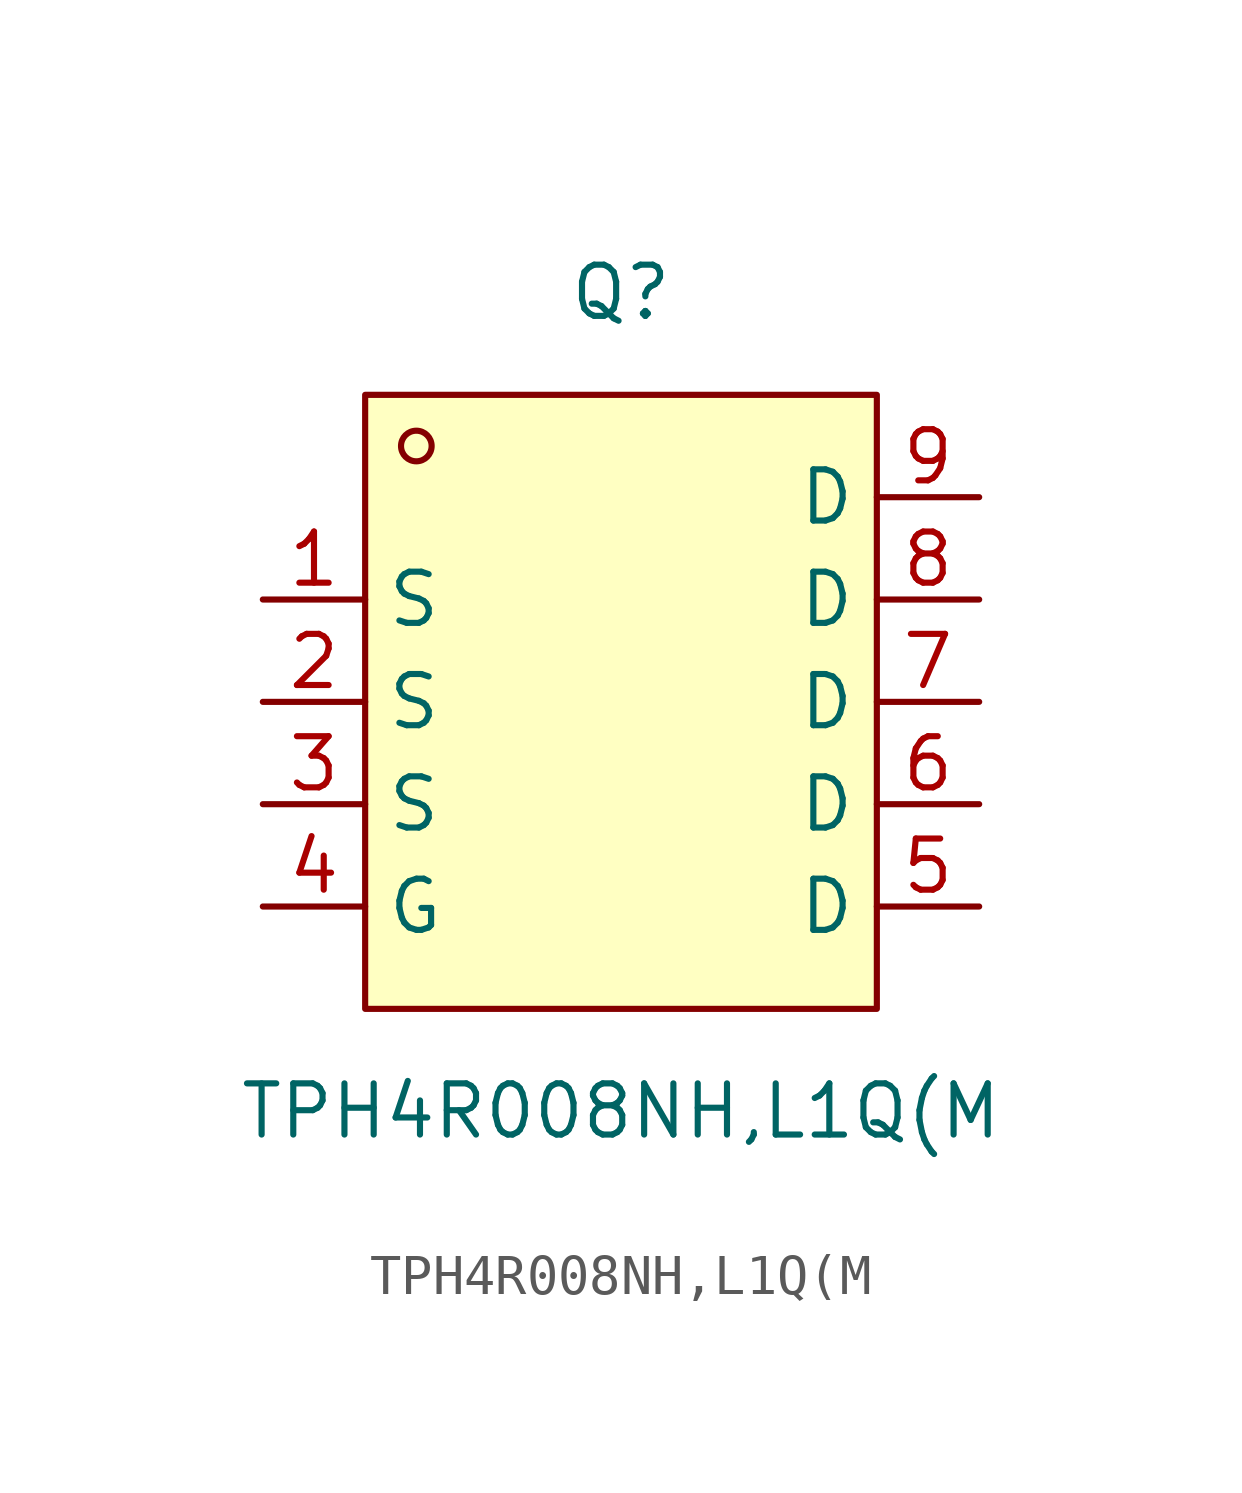
<source format=kicad_sym>
(kicad_symbol_lib
  (version 20211014)
  (generator https://github.com/uPesy/easyeda2kicad.py)
  (symbol "TPH4R008NH,L1Q(M"
    (property "Reference" "Q"
      (at 0 10.16 0)
      (effects (font (size 1.27 1.27))))
    (property "Value" "TPH4R008NH,L1Q(M"
      (at 0 -10.16 0)
      (effects (font (size 1.27 1.27))))
    (symbol "TPH4R008NH,L1Q(M_0_1"
      (rectangle (start -6.35 7.62) (end 6.35 -7.62) (stroke (width 0) (type default) (color 0 0 0 0)) (fill (type background)))
      (circle (center -5.08 6.35) (radius 0.38) (stroke (width 0) (type default) (color 0 0 0 0)) (fill (type none)))
      (pin unspecified line (at -8.89 2.54 0) (length 2.54) (name "S" (effects (font (size 1.27 1.27)))) (number "1" (effects (font (size 1.27 1.27)))))
      (pin unspecified line (at -8.89 -0.00 0) (length 2.54) (name "S" (effects (font (size 1.27 1.27)))) (number "2" (effects (font (size 1.27 1.27)))))
      (pin unspecified line (at -8.89 -2.54 0) (length 2.54) (name "S" (effects (font (size 1.27 1.27)))) (number "3" (effects (font (size 1.27 1.27)))))
      (pin unspecified line (at -8.89 -5.08 0) (length 2.54) (name "G" (effects (font (size 1.27 1.27)))) (number "4" (effects (font (size 1.27 1.27)))))
      (pin unspecified line (at 8.89 -5.08 180) (length 2.54) (name "D" (effects (font (size 1.27 1.27)))) (number "5" (effects (font (size 1.27 1.27)))))
      (pin unspecified line (at 8.89 -2.54 180) (length 2.54) (name "D" (effects (font (size 1.27 1.27)))) (number "6" (effects (font (size 1.27 1.27)))))
      (pin unspecified line (at 8.89 -0.00 180) (length 2.54) (name "D" (effects (font (size 1.27 1.27)))) (number "7" (effects (font (size 1.27 1.27)))))
      (pin unspecified line (at 8.89 2.54 180) (length 2.54) (name "D" (effects (font (size 1.27 1.27)))) (number "8" (effects (font (size 1.27 1.27)))))
      (pin unspecified line (at 8.89 5.08 180) (length 2.54) (name "D" (effects (font (size 1.27 1.27)))) (number "9" (effects (font (size 1.27 1.27))))))))
</source>
